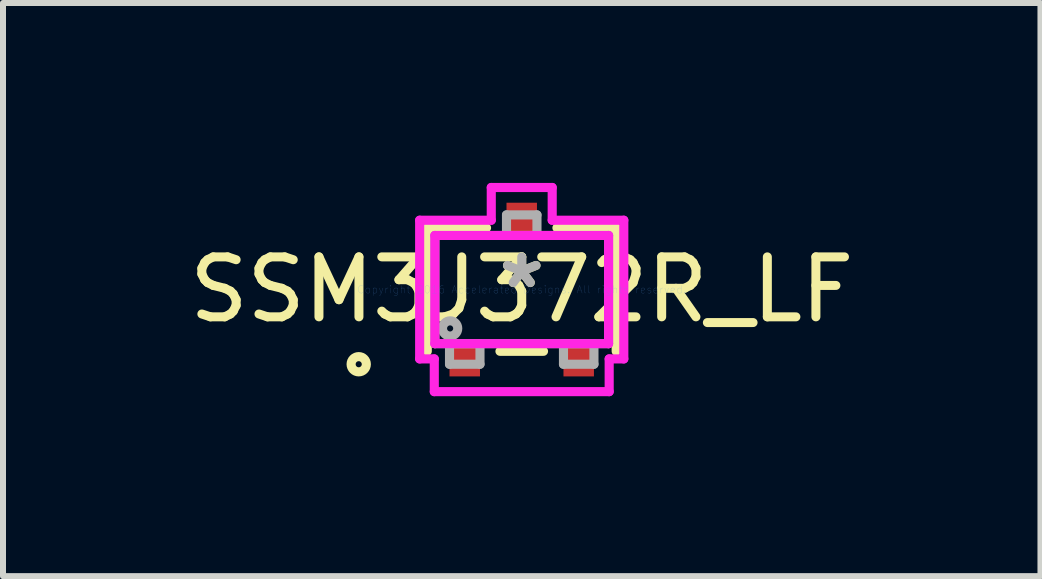
<source format=kicad_pcb>
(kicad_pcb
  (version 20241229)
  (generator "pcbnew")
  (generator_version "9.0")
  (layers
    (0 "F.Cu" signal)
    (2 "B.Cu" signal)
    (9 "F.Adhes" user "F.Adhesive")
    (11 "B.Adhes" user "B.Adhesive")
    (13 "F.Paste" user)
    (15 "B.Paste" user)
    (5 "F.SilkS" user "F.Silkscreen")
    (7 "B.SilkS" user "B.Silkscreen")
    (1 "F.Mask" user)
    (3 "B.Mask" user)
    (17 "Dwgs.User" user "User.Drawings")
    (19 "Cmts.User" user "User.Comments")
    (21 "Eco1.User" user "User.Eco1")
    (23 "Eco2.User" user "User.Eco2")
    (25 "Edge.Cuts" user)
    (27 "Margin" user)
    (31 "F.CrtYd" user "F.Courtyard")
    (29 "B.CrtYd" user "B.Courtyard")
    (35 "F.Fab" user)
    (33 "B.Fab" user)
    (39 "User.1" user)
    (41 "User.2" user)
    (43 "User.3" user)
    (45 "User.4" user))
  (footprint "SSM3J372R_LF"
    (layer "F.Cu")
    (at 5.649 1.778)
    (property "Reference" "SSM3J372R_LF" (at 0 0 0) (layer "F.SilkS") (effects (font (size 1 1) (thickness 0.15))))
    (attr through_hole)
    (fp_line (start -1.575 -1.029) (end -1.575 1.029) (stroke (width 0.152) (type solid)) (layer "F.SilkS"))
    (fp_line (start -0.587 -1.029) (end -1.575 -1.029) (stroke (width 0.152) (type solid)) (layer "F.SilkS"))
    (fp_line (start -0.363 1.029) (end 0.363 1.029) (stroke (width 0.152) (type solid)) (layer "F.SilkS"))
    (fp_line (start 1.575 -1.029) (end 0.587 -1.029) (stroke (width 0.152) (type solid)) (layer "F.SilkS"))
    (fp_line (start 1.575 1.029) (end 1.575 -1.029) (stroke (width 0.152) (type solid)) (layer "F.SilkS"))
    (fp_circle (center -2.718 1.245) (end -2.591 1.245) (stroke (width 0.152) (type solid)) (fill no) (layer "F.SilkS"))
    (fp_line (start -1.702 -1.156) (end -0.508 -1.156) (stroke (width 0.152) (type solid)) (layer "F.CrtYd"))
    (fp_line (start -1.702 1.156) (end -1.702 -1.156) (stroke (width 0.152) (type solid)) (layer "F.CrtYd"))
    (fp_line (start -1.458 1.156) (end -1.702 1.156) (stroke (width 0.152) (type solid)) (layer "F.CrtYd"))
    (fp_line (start -1.458 1.702) (end -1.458 1.156) (stroke (width 0.152) (type solid)) (layer "F.CrtYd"))
    (fp_line (start -1.448 -0.902) (end 1.448 -0.902) (stroke (width 0.152) (type solid)) (layer "F.CrtYd"))
    (fp_line (start -1.448 0.902) (end -1.448 -0.902) (stroke (width 0.152) (type solid)) (layer "F.CrtYd"))
    (fp_line (start -0.508 -1.702) (end 0.508 -1.702) (stroke (width 0.152) (type solid)) (layer "F.CrtYd"))
    (fp_line (start -0.508 -1.156) (end -0.508 -1.702) (stroke (width 0.152) (type solid)) (layer "F.CrtYd"))
    (fp_line (start 0.508 -1.702) (end 0.508 -1.156) (stroke (width 0.152) (type solid)) (layer "F.CrtYd"))
    (fp_line (start 0.508 -1.156) (end 1.702 -1.156) (stroke (width 0.152) (type solid)) (layer "F.CrtYd"))
    (fp_line (start 1.448 -0.902) (end 1.448 0.902) (stroke (width 0.152) (type solid)) (layer "F.CrtYd"))
    (fp_line (start 1.448 0.902) (end -1.448 0.902) (stroke (width 0.152) (type solid)) (layer "F.CrtYd"))
    (fp_line (start 1.458 1.156) (end 1.458 1.702) (stroke (width 0.152) (type solid)) (layer "F.CrtYd"))
    (fp_line (start 1.458 1.702) (end -1.458 1.702) (stroke (width 0.152) (type solid)) (layer "F.CrtYd"))
    (fp_line (start 1.702 -1.156) (end 1.702 1.156) (stroke (width 0.152) (type solid)) (layer "F.CrtYd"))
    (fp_line (start 1.702 1.156) (end 1.458 1.156) (stroke (width 0.152) (type solid)) (layer "F.CrtYd"))
    (fp_line (start -1.448 -0.902) (end -1.448 0.902) (stroke (width 0.152) (type solid)) (layer "F.Fab"))
    (fp_line (start -1.448 0.902) (end 1.448 0.902) (stroke (width 0.152) (type solid)) (layer "F.Fab"))
    (fp_line (start -1.204 0.902) (end -1.204 1.245) (stroke (width 0.152) (type solid)) (layer "F.Fab"))
    (fp_line (start -1.204 1.245) (end -0.696 1.245) (stroke (width 0.152) (type solid)) (layer "F.Fab"))
    (fp_line (start -0.696 0.902) (end -1.204 0.902) (stroke (width 0.152) (type solid)) (layer "F.Fab"))
    (fp_line (start -0.696 1.245) (end -0.696 0.902) (stroke (width 0.152) (type solid)) (layer "F.Fab"))
    (fp_line (start -0.254 -1.245) (end -0.254 -0.902) (stroke (width 0.152) (type solid)) (layer "F.Fab"))
    (fp_line (start -0.254 -0.902) (end 0.254 -0.902) (stroke (width 0.152) (type solid)) (layer "F.Fab"))
    (fp_line (start 0.254 -1.245) (end -0.254 -1.245) (stroke (width 0.152) (type solid)) (layer "F.Fab"))
    (fp_line (start 0.254 -0.902) (end 0.254 -1.245) (stroke (width 0.152) (type solid)) (layer "F.Fab"))
    (fp_line (start 0.696 0.902) (end 0.696 1.245) (stroke (width 0.152) (type solid)) (layer "F.Fab"))
    (fp_line (start 0.696 1.245) (end 1.204 1.245) (stroke (width 0.152) (type solid)) (layer "F.Fab"))
    (fp_line (start 1.204 0.902) (end 0.696 0.902) (stroke (width 0.152) (type solid)) (layer "F.Fab"))
    (fp_line (start 1.204 1.245) (end 1.204 0.902) (stroke (width 0.152) (type solid)) (layer "F.Fab"))
    (fp_line (start 1.448 -0.902) (end -1.448 -0.902) (stroke (width 0.152) (type solid)) (layer "F.Fab"))
    (fp_line (start 1.448 0.902) (end 1.448 -0.902) (stroke (width 0.152) (type solid)) (layer "F.Fab"))
    (fp_circle (center -1.194 0.648) (end -1.067 0.648) (stroke (width 0.152) (type solid)) (fill no) (layer "F.Fab"))
    (fp_text user "*" (at 0 0 0) (layer "F.SilkS") (effects (font (size 1 1) (thickness 0.15))))
    (fp_text user "Copyright 2016 Accelerated Designs. All rights reserved." (at 0 0 0) (layer "Cmts.User") (effects (font (size 0.127 0.127) (thickness 0.002))))
    (fp_text user "*" (at 0 0 0) (layer "F.Fab") (effects (font (size 1 1) (thickness 0.15))))
    (pad "1" smd rect (at -0.95 1.194) (size 0.508 0.508) (layers "F.Cu" "F.Mask" "F.Paste"))
    (pad "2" smd rect (at 0.95 1.194) (size 0.508 0.508) (layers "F.Cu" "F.Mask" "F.Paste"))
    (pad "3" smd rect (at 0 -1.194) (size 0.508 0.508) (layers "F.Cu" "F.Mask" "F.Paste")))
  (gr_rect
    (start -3 -3)
    (end 14.298 6.556)
    (stroke (width 0.1) (type default))
    (fill no)
    (layer "Edge.Cuts")))
</source>
